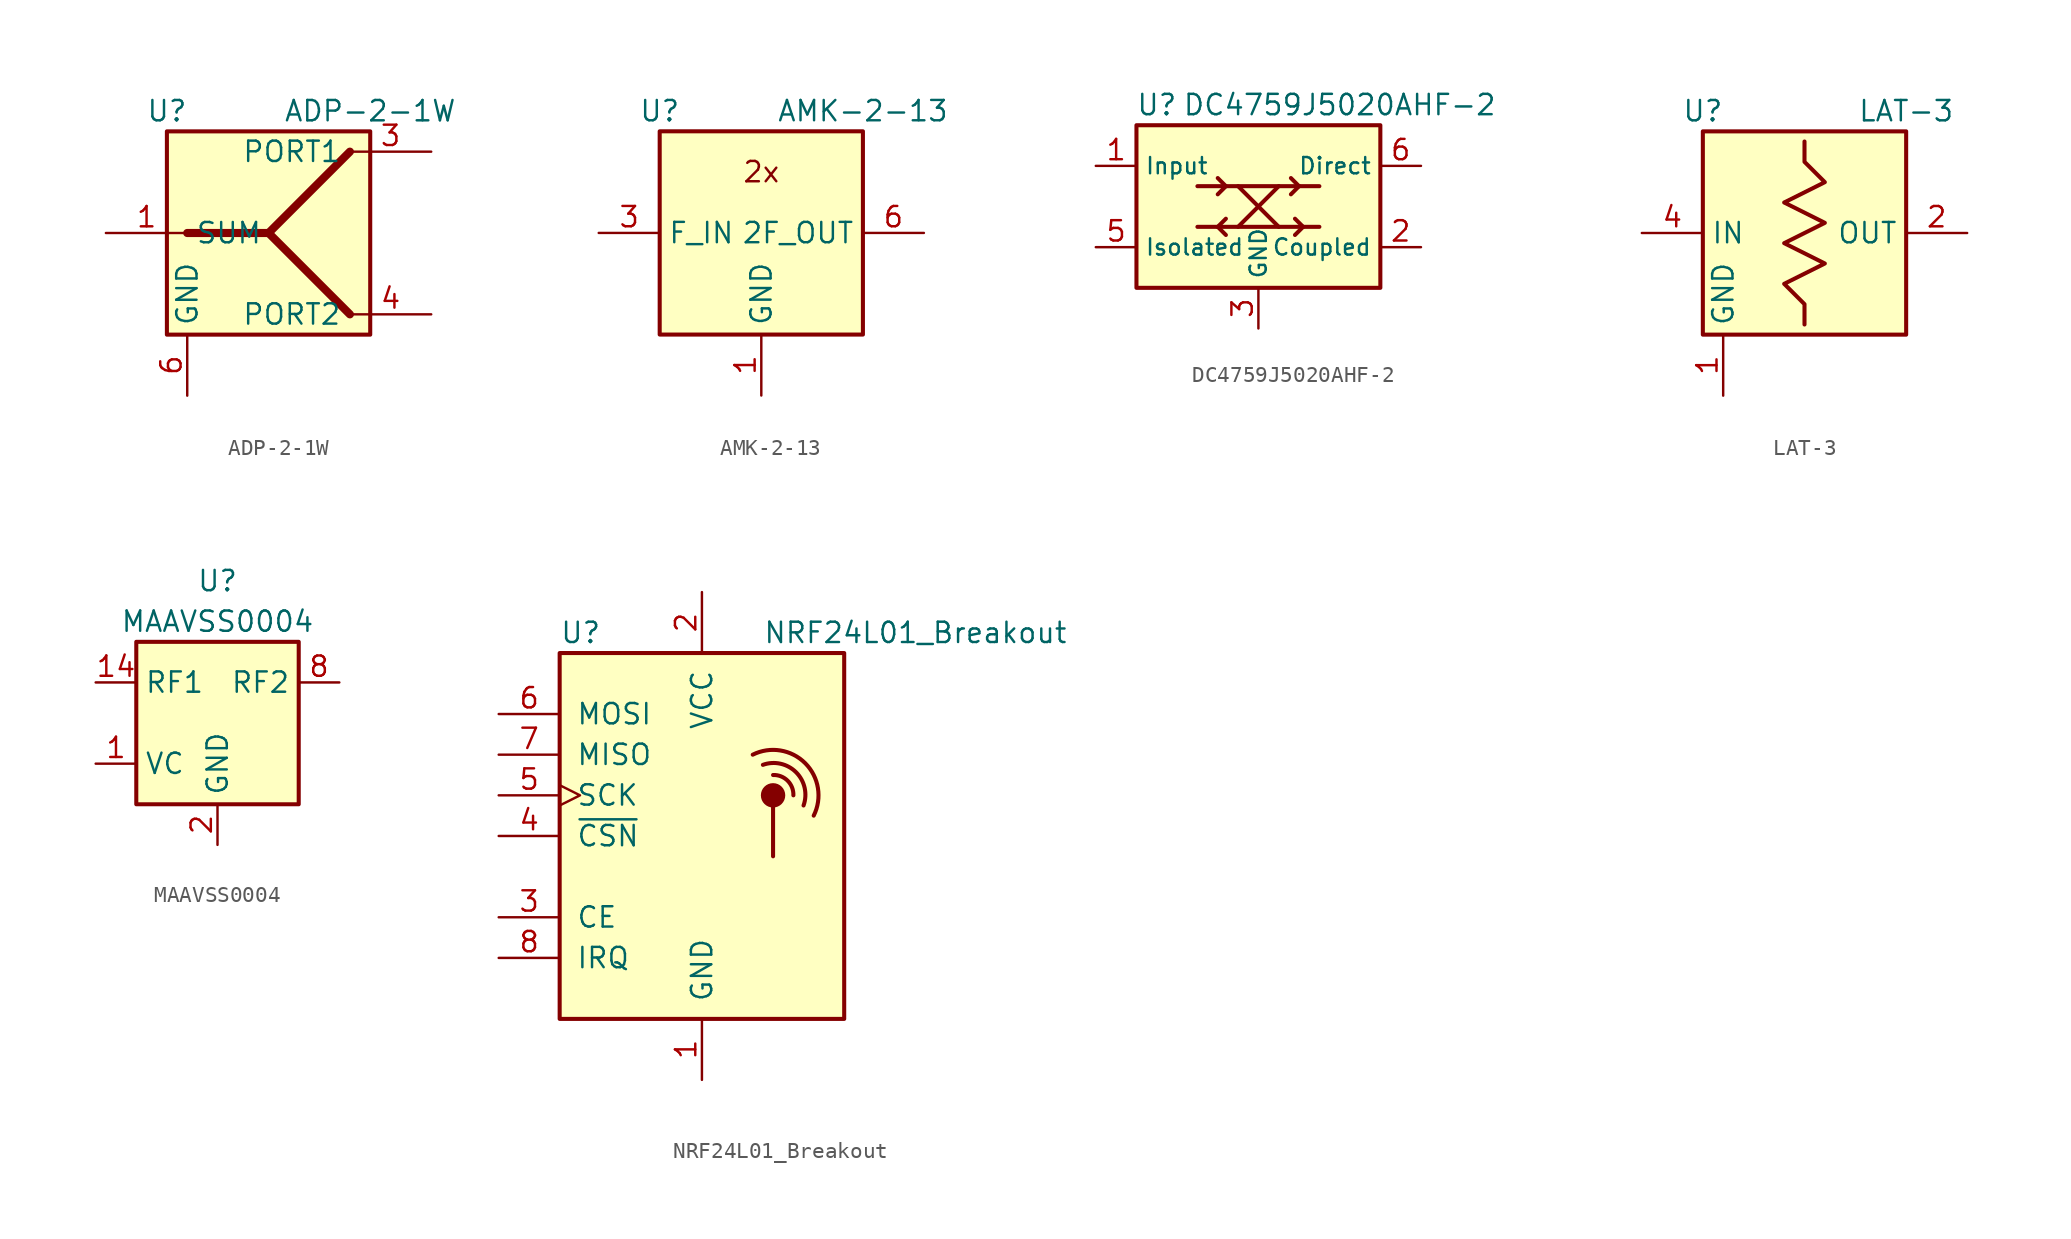
<source format=kicad_sym>
(kicad_symbol_lib
  (version 20211014)
  (generator kicad_symbol_editor)
  (symbol "ADP-2-1W"
    (property "Reference" "U"
      (at -6.35 7.62 0)
      (effects (font (size 1.27 1.27))))
    (property "Value" "ADP-2-1W"
      (at 6.35 7.62 0)
      (effects (font (size 1.27 1.27))))
    (symbol "ADP-2-1W_0_1"
      (rectangle (start -6.35 6.35) (end 6.35 -6.35) (stroke (width 0.254) (type default) (color 0 0 0 0)) (fill (type background)))
      (polyline (pts (xy 0 0) (xy 5.08 -5.08)) (stroke (width 0.508) (type default) (color 0 0 0 0)) (fill (type none)))
      (polyline (pts (xy -5.08 0) (xy 0 0) (xy 5.08 5.08)) (stroke (width 0.508) (type default) (color 0 0 0 0)) (fill (type none))))
    (symbol "ADP-2-1W_1_1"
      (pin passive line (at -10.16 0 0) (length 5.08) (name "SUM" (effects (font (size 1.27 1.27)))) (number "1" (effects (font (size 1.27 1.27)))))
      (pin no_connect line (at 5.08 2.54 180) (length 5.08) hide (name "NC" (effects (font (size 1.27 1.27)))) (number "2" (effects (font (size 1.27 1.27)))))
      (pin passive line (at 10.16 5.08 180) (length 5.08) (name "PORT1" (effects (font (size 1.27 1.27)))) (number "3" (effects (font (size 1.27 1.27)))))
      (pin passive line (at 10.16 -5.08 180) (length 5.08) (name "PORT2" (effects (font (size 1.27 1.27)))) (number "4" (effects (font (size 1.27 1.27)))))
      (pin no_connect line (at 5.08 -2.54 180) (length 5.08) hide (name "NC" (effects (font (size 1.27 1.27)))) (number "5" (effects (font (size 1.27 1.27)))))
      (pin passive line (at -5.08 -10.16 90) (length 3.81) (name "GND" (effects (font (size 1.27 1.27)))) (number "6" (effects (font (size 1.27 1.27)))))))
  (symbol "AMK-2-13"
    (property "Reference" "U"
      (at -6.35 7.62 0)
      (effects (font (size 1.27 1.27))))
    (property "Value" "AMK-2-13"
      (at 6.35 7.62 0)
      (effects (font (size 1.27 1.27))))
    (symbol "AMK-2-13_0_0"
      (text "2x" (at 0 3.81 0) (effects (font (size 1.27 1.27)))))
    (symbol "AMK-2-13_0_1"
      (rectangle (start -6.35 6.35) (end 6.35 -6.35) (stroke (width 0.254) (type default) (color 0 0 0 0)) (fill (type background))))
    (symbol "AMK-2-13_1_1"
      (pin power_in line (at 0 -10.16 90) (length 3.81) (name "GND" (effects (font (size 1.27 1.27)))) (number "1" (effects (font (size 1.27 1.27)))))
      (pin no_connect line (at -6.35 -2.54 0) (length 2.54) hide (name "NC" (effects (font (size 1.27 1.27)))) (number "2" (effects (font (size 1.27 1.27)))))
      (pin input line (at -10.16 0 0) (length 3.81) (name "F_IN" (effects (font (size 1.27 1.27)))) (number "3" (effects (font (size 1.27 1.27)))))
      (pin passive line (at 0 -10.16 90) (length 3.81) hide (name "GND" (effects (font (size 1.27 1.27)))) (number "4" (effects (font (size 1.27 1.27)))))
      (pin passive line (at 0 -10.16 90) (length 3.81) hide (name "GND" (effects (font (size 1.27 1.27)))) (number "5" (effects (font (size 1.27 1.27)))))
      (pin output line (at 10.16 0 180) (length 3.81) (name "2F_OUT" (effects (font (size 1.27 1.27)))) (number "6" (effects (font (size 1.27 1.27)))))))
  (symbol "DC4759J5020AHF-2"
    (property "Reference" "U"
      (at -6.35 6.35 0)
      (effects (font (size 1.27 1.27))))
    (property "Value" "DC4759J5020AHF-2"
      (at 5.08 6.35 0)
      (effects (font (size 1.27 1.27))))
    (symbol "DC4759J5020AHF-2_0_1"
      (rectangle (start -7.62 5.08) (end 7.62 -5.08) (stroke (width 0.254) (type default) (color 0 0 0 0)) (fill (type background))))
    (symbol "DC4759J5020AHF-2_1_1"
      (polyline (pts (xy -3.81 -1.27) (xy 3.81 -1.27)) (stroke (width 0.254) (type default) (color 0 0 0 0)) (fill (type none)))
      (polyline (pts (xy -3.81 1.27) (xy 3.81 1.27)) (stroke (width 0.254) (type default) (color 0 0 0 0)) (fill (type none)))
      (polyline (pts (xy -2.54 -1.27) (xy -2.032 -1.778)) (stroke (width 0.254) (type default) (color 0 0 0 0)) (fill (type none)))
      (polyline (pts (xy -2.54 1.778) (xy -2.032 1.27)) (stroke (width 0.254) (type default) (color 0 0 0 0)) (fill (type none)))
      (polyline (pts (xy -2.032 -0.762) (xy -2.54 -1.27)) (stroke (width 0.254) (type default) (color 0 0 0 0)) (fill (type none)))
      (polyline (pts (xy -2.032 1.27) (xy -2.54 0.762)) (stroke (width 0.254) (type default) (color 0 0 0 0)) (fill (type none)))
      (polyline (pts (xy -1.27 1.27) (xy 1.27 -1.27)) (stroke (width 0.254) (type default) (color 0 0 0 0)) (fill (type none)))
      (polyline (pts (xy 1.27 1.27) (xy -1.27 -1.27)) (stroke (width 0.254) (type default) (color 0 0 0 0)) (fill (type none)))
      (polyline (pts (xy 2.032 1.778) (xy 2.54 1.27)) (stroke (width 0.254) (type default) (color 0 0 0 0)) (fill (type none)))
      (polyline (pts (xy 2.286 -0.762) (xy 2.794 -1.27)) (stroke (width 0.254) (type default) (color 0 0 0 0)) (fill (type none)))
      (polyline (pts (xy 2.54 1.27) (xy 2.032 0.762)) (stroke (width 0.254) (type default) (color 0 0 0 0)) (fill (type none)))
      (polyline (pts (xy 2.794 -1.27) (xy 2.286 -1.778)) (stroke (width 0.254) (type default) (color 0 0 0 0)) (fill (type none)))
      (pin input line (at -10.16 2.54 0) (length 2.54) (name "Input" (effects (font (size 1.016 1.016)))) (number "1" (effects (font (size 1.27 1.27)))))
      (pin output line (at 10.16 -2.54 180) (length 2.54) (name "Coupled" (effects (font (size 1.016 1.016)))) (number "2" (effects (font (size 1.27 1.27)))))
      (pin power_in line (at 0 -7.62 90) (length 2.54) (name "GND" (effects (font (size 1.016 1.016)))) (number "3" (effects (font (size 1.27 1.27)))))
      (pin passive line (at 0 -7.62 90) (length 2.54) hide (name "GND" (effects (font (size 1.016 1.016)))) (number "4" (effects (font (size 1.27 1.27)))))
      (pin output line (at -10.16 -2.54 0) (length 2.54) (name "Isolated" (effects (font (size 1.016 1.016)))) (number "5" (effects (font (size 1.27 1.27)))))
      (pin output line (at 10.16 2.54 180) (length 2.54) (name "Direct" (effects (font (size 1.016 1.016)))) (number "6" (effects (font (size 1.27 1.27)))))))
  (symbol "LAT-3"
    (property "Reference" "U"
      (at -6.35 7.62 0)
      (effects (font (size 1.27 1.27))))
    (property "Value" "LAT-3"
      (at 6.35 7.62 0)
      (effects (font (size 1.27 1.27))))
    (symbol "LAT-3_0_1"
      (rectangle (start -6.35 6.35) (end 6.35 -6.35) (stroke (width 0.254) (type default) (color 0 0 0 0)) (fill (type background)))
      (polyline (pts (xy 0 -5.715) (xy 0 -4.445) (xy -1.27 -3.175) (xy 1.27 -1.905) (xy -1.27 -0.635) (xy 1.27 0.635) (xy -1.27 1.905) (xy 1.27 3.175) (xy 0 4.445) (xy 0 5.715)) (stroke (width 0.254) (type default) (color 0 0 0 0)) (fill (type none))))
    (symbol "LAT-3_1_1"
      (pin power_in line (at -5.08 -10.16 90) (length 3.81) (name "GND" (effects (font (size 1.27 1.27)))) (number "1" (effects (font (size 1.27 1.27)))))
      (pin output line (at 10.16 0 180) (length 3.81) (name "OUT" (effects (font (size 1.27 1.27)))) (number "2" (effects (font (size 1.27 1.27)))))
      (pin passive line (at -5.08 -10.16 90) (length 3.81) hide (name "GND" (effects (font (size 1.27 1.27)))) (number "3" (effects (font (size 1.27 1.27)))))
      (pin input line (at -10.16 0 0) (length 3.81) (name "IN" (effects (font (size 1.27 1.27)))) (number "4" (effects (font (size 1.27 1.27)))))))
  (symbol "MAAVSS0004"
    (property "Reference" "U"
      (at 0 8.89 0)
      (effects (font (size 1.27 1.27))))
    (property "Value" "MAAVSS0004"
      (at 0 6.35 0)
      (effects (font (size 1.27 1.27))))
    (symbol "MAAVSS0004_0_1"
      (rectangle (start -5.08 5.08) (end 5.08 -5.08) (stroke (width 0.254) (type default) (color 0 0 0 0)) (fill (type background))))
    (symbol "MAAVSS0004_1_1"
      (pin input line (at -7.62 -2.54 0) (length 2.54) (name "VC" (effects (font (size 1.27 1.27)))) (number "1" (effects (font (size 1.27 1.27)))))
      (pin passive line (at 0 -7.62 90) (length 2.54) hide (name "GND" (effects (font (size 1.27 1.27)))) (number "10" (effects (font (size 1.27 1.27)))))
      (pin passive line (at 0 -7.62 90) (length 2.54) hide (name "GND" (effects (font (size 1.27 1.27)))) (number "11" (effects (font (size 1.27 1.27)))))
      (pin passive line (at 0 -7.62 90) (length 2.54) hide (name "GND" (effects (font (size 1.27 1.27)))) (number "12" (effects (font (size 1.27 1.27)))))
      (pin passive line (at 0 -7.62 90) (length 2.54) hide (name "GND" (effects (font (size 1.27 1.27)))) (number "13" (effects (font (size 1.27 1.27)))))
      (pin passive line (at -7.62 2.54 0) (length 2.54) (name "RF1" (effects (font (size 1.27 1.27)))) (number "14" (effects (font (size 1.27 1.27)))))
      (pin power_in line (at 0 -7.62 90) (length 2.54) (name "GND" (effects (font (size 1.27 1.27)))) (number "2" (effects (font (size 1.27 1.27)))))
      (pin passive line (at 0 -7.62 90) (length 2.54) hide (name "GND" (effects (font (size 1.27 1.27)))) (number "3" (effects (font (size 1.27 1.27)))))
      (pin passive line (at 0 -7.62 90) (length 2.54) hide (name "GND" (effects (font (size 1.27 1.27)))) (number "4" (effects (font (size 1.27 1.27)))))
      (pin passive line (at 0 -7.62 90) (length 2.54) hide (name "GND" (effects (font (size 1.27 1.27)))) (number "5" (effects (font (size 1.27 1.27)))))
      (pin passive line (at 0 -7.62 90) (length 2.54) hide (name "GND" (effects (font (size 1.27 1.27)))) (number "6" (effects (font (size 1.27 1.27)))))
      (pin passive line (at 0 -7.62 90) (length 2.54) hide (name "GND" (effects (font (size 1.27 1.27)))) (number "7" (effects (font (size 1.27 1.27)))))
      (pin passive line (at 7.62 2.54 180) (length 2.54) (name "RF2" (effects (font (size 1.27 1.27)))) (number "8" (effects (font (size 1.27 1.27)))))
      (pin passive line (at 0 -7.62 90) (length 2.54) hide (name "GND" (effects (font (size 1.27 1.27)))) (number "9" (effects (font (size 1.27 1.27)))))))
  (symbol "NRF24L01_Breakout"
    (pin_names
      (offset 1.016))
    (property "Reference" "U"
      (at -8.89 12.7 0)
      (effects (font (size 1.27 1.27)) (justify left)))
    (property "Value" "NRF24L01_Breakout"
      (at 3.81 12.7 0)
      (effects (font (size 1.27 1.27)) (justify left)))
    (symbol "NRF24L01_Breakout_0_1"
      (rectangle (start -8.89 11.43) (end 8.89 -11.43) (stroke (width 0.254) (type default) (color 0 0 0 0)) (fill (type background)))
      (polyline (pts (xy 4.445 1.905) (xy 4.445 -1.27)) (stroke (width 0.254) (type default) (color 0 0 0 0)) (fill (type none)))
      (circle (center 4.445 2.54) (radius 0.635) (stroke (width 0.254) (type default) (color 0 0 0 0)) (fill (type outline)))
      (arc (start 5.715 2.54) (mid 5.3521 3.4546) (end 4.445 3.81) (stroke (width 0.254) (type default) (color 0 0 0 0)) (fill (type none)))
      (arc (start 6.35 1.905) (mid 5.8763 3.9854) (end 3.81 4.445) (stroke (width 0.254) (type default) (color 0 0 0 0)) (fill (type none)))
      (arc (start 6.985 1.27) (mid 6.453 4.548) (end 3.175 5.08) (stroke (width 0.254) (type default) (color 0 0 0 0)) (fill (type none))))
    (symbol "NRF24L01_Breakout_1_1"
      (pin power_in line (at 0 -15.24 90) (length 3.81) (name "GND" (effects (font (size 1.27 1.27)))) (number "1" (effects (font (size 1.27 1.27)))))
      (pin power_in line (at 0 15.24 270) (length 3.81) (name "VCC" (effects (font (size 1.27 1.27)))) (number "2" (effects (font (size 1.27 1.27)))))
      (pin input line (at -12.7 -5.08 0) (length 3.81) (name "CE" (effects (font (size 1.27 1.27)))) (number "3" (effects (font (size 1.27 1.27)))))
      (pin input line (at -12.7 0 0) (length 3.81) (name "~{CSN}" (effects (font (size 1.27 1.27)))) (number "4" (effects (font (size 1.27 1.27)))))
      (pin input clock (at -12.7 2.54 0) (length 3.81) (name "SCK" (effects (font (size 1.27 1.27)))) (number "5" (effects (font (size 1.27 1.27)))))
      (pin input line (at -12.7 7.62 0) (length 3.81) (name "MOSI" (effects (font (size 1.27 1.27)))) (number "6" (effects (font (size 1.27 1.27)))))
      (pin output line (at -12.7 5.08 0) (length 3.81) (name "MISO" (effects (font (size 1.27 1.27)))) (number "7" (effects (font (size 1.27 1.27)))))
      (pin output line (at -12.7 -7.62 0) (length 3.81) (name "IRQ" (effects (font (size 1.27 1.27)))) (number "8" (effects (font (size 1.27 1.27))))))))
</source>
